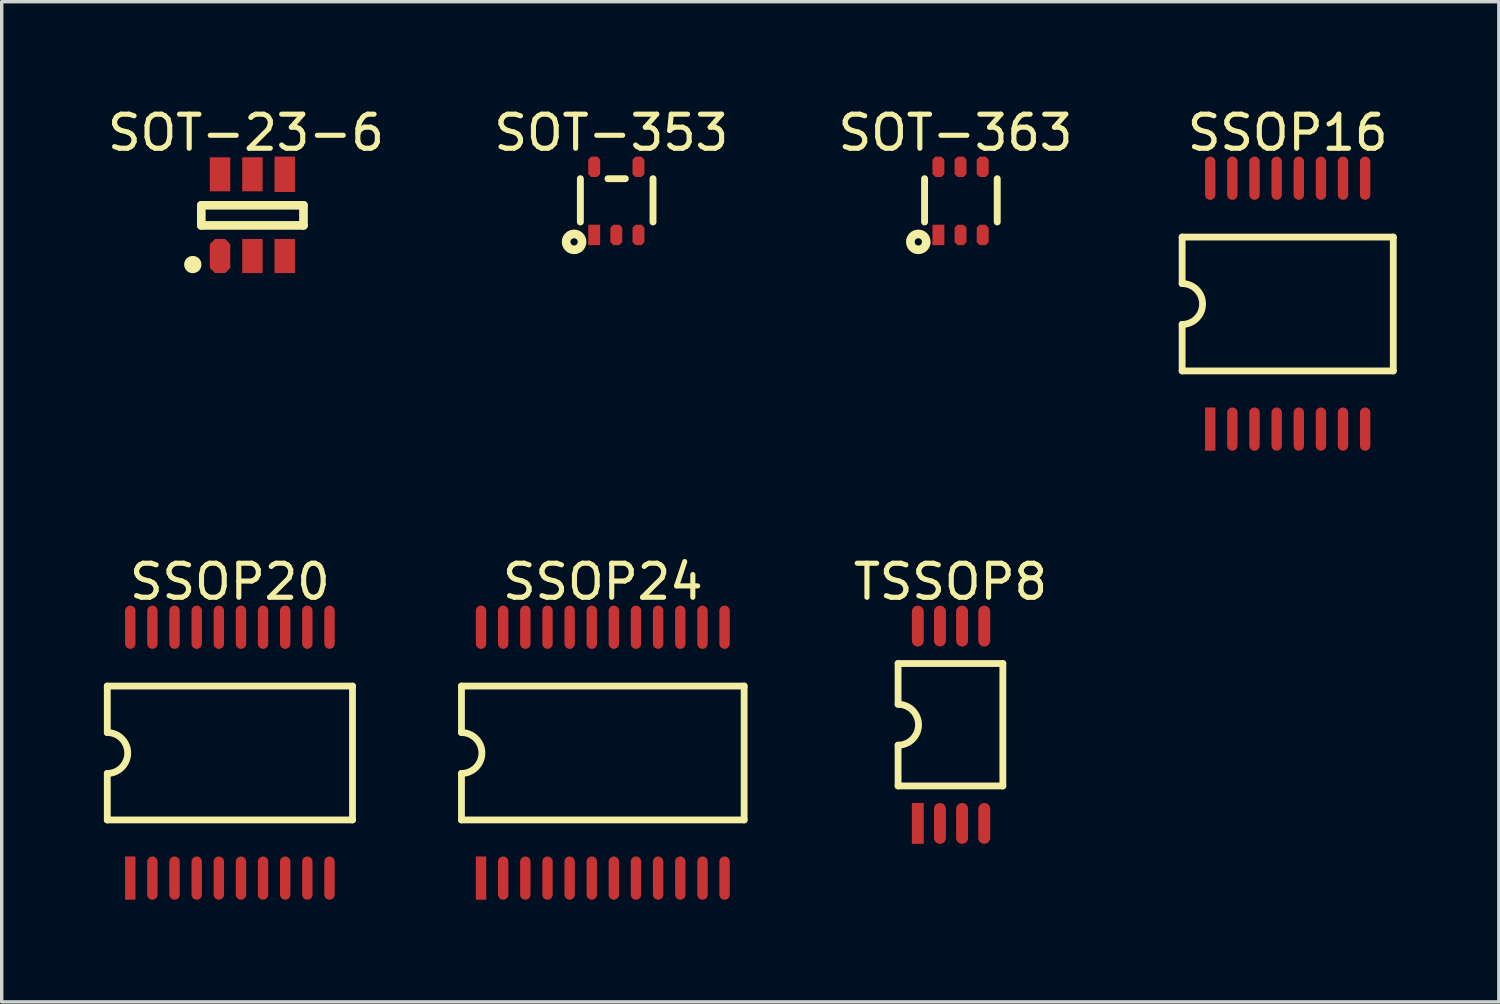
<source format=kicad_pcb>
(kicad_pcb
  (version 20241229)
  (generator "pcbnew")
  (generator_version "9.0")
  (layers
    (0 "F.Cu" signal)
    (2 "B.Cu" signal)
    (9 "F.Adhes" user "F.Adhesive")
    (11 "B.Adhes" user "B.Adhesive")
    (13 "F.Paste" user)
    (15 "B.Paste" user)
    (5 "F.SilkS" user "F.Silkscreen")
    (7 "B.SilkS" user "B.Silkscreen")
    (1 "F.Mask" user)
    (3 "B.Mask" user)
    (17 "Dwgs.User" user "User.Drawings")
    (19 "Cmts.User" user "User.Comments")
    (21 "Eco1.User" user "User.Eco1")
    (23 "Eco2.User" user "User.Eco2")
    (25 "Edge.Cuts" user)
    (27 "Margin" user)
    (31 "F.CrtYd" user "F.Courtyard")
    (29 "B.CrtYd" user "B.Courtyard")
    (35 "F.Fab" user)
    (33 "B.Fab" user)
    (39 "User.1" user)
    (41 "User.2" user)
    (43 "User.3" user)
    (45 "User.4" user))
  (footprint "SSOP20"
    (layer "F.Cu")
    (at 0.775 22.733)
    (property "Reference" "SSOP20" (at 2.925 -8.701 0) (layer "F.SilkS") (effects (font (size 1 1) (thickness 0.15))))
    (fp_line (start -0.675 -5.638) (end 6.525 -5.638) (stroke (width 0.2) (type solid)) (layer "F.SilkS"))
    (fp_line (start -0.675 -4.273) (end -0.675 -5.638) (stroke (width 0.2) (type solid)) (layer "F.SilkS"))
    (fp_line (start -0.675 -1.708) (end -0.675 -3.073) (stroke (width 0.2) (type solid)) (layer "F.SilkS"))
    (fp_line (start -0.675 -1.708) (end 6.525 -1.708) (stroke (width 0.2) (type solid)) (layer "F.SilkS"))
    (fp_line (start 6.525 -1.708) (end 6.525 -5.638) (stroke (width 0.2) (type solid)) (layer "F.SilkS"))
    (fp_arc (start -0.67499 -4.27301) (mid -0.07499 -3.67301) (end -0.67499 -3.07301) (stroke (width 0.2) (type solid)) (layer "F.SilkS"))
    (pad "1" smd rect (at 0 0 90) (size 1.27 0.305) (layers "F.Cu" "F.Mask" "F.Paste"))
    (pad "2" smd oval (at 0.65 0 90) (size 1.27 0.305) (layers "F.Cu" "F.Mask" "F.Paste"))
    (pad "3" smd oval (at 1.3 0 90) (size 1.27 0.305) (layers "F.Cu" "F.Mask" "F.Paste"))
    (pad "4" smd oval (at 1.951 0 90) (size 1.27 0.305) (layers "F.Cu" "F.Mask" "F.Paste"))
    (pad "5" smd oval (at 2.601 0 90) (size 1.27 0.305) (layers "F.Cu" "F.Mask" "F.Paste"))
    (pad "6" smd oval (at 3.251 0 90) (size 1.27 0.305) (layers "F.Cu" "F.Mask" "F.Paste"))
    (pad "7" smd oval (at 3.899 0 90) (size 1.27 0.305) (layers "F.Cu" "F.Mask" "F.Paste"))
    (pad "8" smd oval (at 4.549 0 90) (size 1.27 0.305) (layers "F.Cu" "F.Mask" "F.Paste"))
    (pad "9" smd oval (at 5.199 0 90) (size 1.27 0.305) (layers "F.Cu" "F.Mask" "F.Paste"))
    (pad "10" smd oval (at 5.85 0 90) (size 1.27 0.305) (layers "F.Cu" "F.Mask" "F.Paste"))
    (pad "11" smd oval (at 5.85 -7.366 90) (size 1.27 0.305) (layers "F.Cu" "F.Mask" "F.Paste"))
    (pad "12" smd oval (at 5.199 -7.366 90) (size 1.27 0.305) (layers "F.Cu" "F.Mask" "F.Paste"))
    (pad "13" smd oval (at 4.549 -7.366 90) (size 1.27 0.305) (layers "F.Cu" "F.Mask" "F.Paste"))
    (pad "14" smd oval (at 3.899 -7.366 90) (size 1.27 0.305) (layers "F.Cu" "F.Mask" "F.Paste"))
    (pad "15" smd oval (at 3.251 -7.366 90) (size 1.27 0.305) (layers "F.Cu" "F.Mask" "F.Paste"))
    (pad "16" smd oval (at 2.601 -7.366 90) (size 1.27 0.305) (layers "F.Cu" "F.Mask" "F.Paste"))
    (pad "17" smd oval (at 1.951 -7.366 90) (size 1.27 0.305) (layers "F.Cu" "F.Mask" "F.Paste"))
    (pad "18" smd oval (at 1.3 -7.366 90) (size 1.27 0.305) (layers "F.Cu" "F.Mask" "F.Paste"))
    (pad "19" smd oval (at 0.65 -7.366 90) (size 1.27 0.305) (layers "F.Cu" "F.Mask" "F.Paste"))
    (pad "20" smd oval (at 0 -7.366 90) (size 1.27 0.305) (layers "F.Cu" "F.Mask" "F.Paste")))
  (footprint "SOT-363"
    (layer "F.Cu")
    (at 24.504 3.848)
    (property "Reference" "SOT-363" (at 0.502 -3 0) (layer "F.SilkS") (effects (font (size 1 1) (thickness 0.15))))
    (fp_line (start -0.406 -0.381) (end -0.406 -1.651) (stroke (width 0.203) (type solid)) (layer "F.SilkS"))
    (fp_line (start 1.727 -0.381) (end 1.727 -1.651) (stroke (width 0.203) (type solid)) (layer "F.SilkS"))
    (fp_circle (center -0.59 0.204) (end -0.59 0.097) (stroke (width 0.254) (type solid)) (fill no) (layer "F.SilkS"))
    (pad "1" smd rect (at 0 0) (size 0.35 0.6) (layers "F.Cu" "F.Mask" "F.Paste"))
    (pad "2" smd roundrect (at 0.65 0) (size 0.35 0.6) (layers "F.Cu" "F.Mask" "F.Paste") (roundrect_rratio 0.25) (chamfer_ratio 0.25) (chamfer top_left top_right bottom_left bottom_right))
    (pad "3" smd roundrect (at 1.3 0) (size 0.35 0.6) (layers "F.Cu" "F.Mask" "F.Paste") (roundrect_rratio 0.25) (chamfer_ratio 0.25) (chamfer top_left top_right bottom_left bottom_right))
    (pad "4" smd roundrect (at 1.3 -2) (size 0.35 0.6) (layers "F.Cu" "F.Mask" "F.Paste") (roundrect_rratio 0.25) (chamfer_ratio 0.25) (chamfer top_left top_right bottom_left bottom_right))
    (pad "5" smd roundrect (at 0.65 -2) (size 0.35 0.6) (layers "F.Cu" "F.Mask" "F.Paste") (roundrect_rratio 0.25) (chamfer_ratio 0.25) (chamfer top_left top_right bottom_left bottom_right))
    (pad "6" smd roundrect (at 0 -2) (size 0.35 0.6) (layers "F.Cu" "F.Mask" "F.Paste") (roundrect_rratio 0.25) (chamfer_ratio 0.25) (chamfer top_left top_right bottom_left bottom_right)))
  (footprint "SSOP24"
    (layer "F.Cu")
    (at 11.075 22.733)
    (property "Reference" "SSOP24" (at 3.575 -8.701 0) (layer "F.SilkS") (effects (font (size 1 1) (thickness 0.15))))
    (fp_line (start -0.575 -5.638) (end 7.725 -5.638) (stroke (width 0.2) (type solid)) (layer "F.SilkS"))
    (fp_line (start -0.575 -4.273) (end -0.575 -5.638) (stroke (width 0.2) (type solid)) (layer "F.SilkS"))
    (fp_line (start -0.575 -1.708) (end -0.575 -3.073) (stroke (width 0.2) (type solid)) (layer "F.SilkS"))
    (fp_line (start -0.575 -1.708) (end 7.725 -1.708) (stroke (width 0.2) (type solid)) (layer "F.SilkS"))
    (fp_line (start 7.725 -1.708) (end 7.725 -5.638) (stroke (width 0.2) (type solid)) (layer "F.SilkS"))
    (fp_arc (start -0.57499 -4.27301) (mid 0.02501 -3.67301) (end -0.57499 -3.07301) (stroke (width 0.2) (type solid)) (layer "F.SilkS"))
    (pad "1" smd rect (at 0 0 90) (size 1.27 0.305) (layers "F.Cu" "F.Mask" "F.Paste"))
    (pad "2" smd oval (at 0.65 0 90) (size 1.27 0.305) (layers "F.Cu" "F.Mask" "F.Paste"))
    (pad "3" smd oval (at 1.3 0 90) (size 1.27 0.305) (layers "F.Cu" "F.Mask" "F.Paste"))
    (pad "4" smd oval (at 1.951 0 90) (size 1.27 0.305) (layers "F.Cu" "F.Mask" "F.Paste"))
    (pad "5" smd oval (at 2.601 0 90) (size 1.27 0.305) (layers "F.Cu" "F.Mask" "F.Paste"))
    (pad "6" smd oval (at 3.251 0 90) (size 1.27 0.305) (layers "F.Cu" "F.Mask" "F.Paste"))
    (pad "7" smd oval (at 3.899 0 90) (size 1.27 0.305) (layers "F.Cu" "F.Mask" "F.Paste"))
    (pad "8" smd oval (at 4.549 0 90) (size 1.27 0.305) (layers "F.Cu" "F.Mask" "F.Paste"))
    (pad "9" smd oval (at 5.199 0 90) (size 1.27 0.305) (layers "F.Cu" "F.Mask" "F.Paste"))
    (pad "10" smd oval (at 5.85 0 90) (size 1.27 0.305) (layers "F.Cu" "F.Mask" "F.Paste"))
    (pad "11" smd oval (at 6.502 0 90) (size 1.27 0.305) (layers "F.Cu" "F.Mask" "F.Paste"))
    (pad "12" smd oval (at 7.15 0 90) (size 1.27 0.305) (layers "F.Cu" "F.Mask" "F.Paste"))
    (pad "13" smd oval (at 7.15 -7.366 90) (size 1.27 0.305) (layers "F.Cu" "F.Mask" "F.Paste"))
    (pad "14" smd oval (at 6.502 -7.366 90) (size 1.27 0.305) (layers "F.Cu" "F.Mask" "F.Paste"))
    (pad "15" smd oval (at 5.85 -7.366 90) (size 1.27 0.305) (layers "F.Cu" "F.Mask" "F.Paste"))
    (pad "16" smd oval (at 5.199 -7.366 90) (size 1.27 0.305) (layers "F.Cu" "F.Mask" "F.Paste"))
    (pad "17" smd oval (at 4.549 -7.366 90) (size 1.27 0.305) (layers "F.Cu" "F.Mask" "F.Paste"))
    (pad "18" smd oval (at 3.899 -7.366 90) (size 1.27 0.305) (layers "F.Cu" "F.Mask" "F.Paste"))
    (pad "19" smd oval (at 3.251 -7.366 90) (size 1.27 0.305) (layers "F.Cu" "F.Mask" "F.Paste"))
    (pad "20" smd oval (at 2.601 -7.366 90) (size 1.27 0.305) (layers "F.Cu" "F.Mask" "F.Paste"))
    (pad "21" smd oval (at 1.951 -7.366 90) (size 1.27 0.305) (layers "F.Cu" "F.Mask" "F.Paste"))
    (pad "22" smd oval (at 1.3 -7.366 90) (size 1.27 0.305) (layers "F.Cu" "F.Mask" "F.Paste"))
    (pad "23" smd oval (at 0.65 -7.366 90) (size 1.27 0.305) (layers "F.Cu" "F.Mask" "F.Paste"))
    (pad "24" smd oval (at 0 -7.366 90) (size 1.27 0.305) (layers "F.Cu" "F.Mask" "F.Paste")))
  (footprint "SSOP16"
    (layer "F.Cu")
    (at 32.485 9.549)
    (property "Reference" "SSOP16" (at 2.275 -8.701 0) (layer "F.SilkS") (effects (font (size 1 1) (thickness 0.15))))
    (fp_line (start -0.825 -5.638) (end 5.375 -5.638) (stroke (width 0.2) (type solid)) (layer "F.SilkS"))
    (fp_line (start -0.825 -4.273) (end -0.825 -5.638) (stroke (width 0.2) (type solid)) (layer "F.SilkS"))
    (fp_line (start -0.825 -1.708) (end -0.825 -3.073) (stroke (width 0.2) (type solid)) (layer "F.SilkS"))
    (fp_line (start -0.825 -1.708) (end 5.375 -1.708) (stroke (width 0.2) (type solid)) (layer "F.SilkS"))
    (fp_line (start 5.375 -1.708) (end 5.375 -5.638) (stroke (width 0.2) (type solid)) (layer "F.SilkS"))
    (fp_arc (start -0.82499 -4.27301) (mid -0.22499 -3.67301) (end -0.82499 -3.07301) (stroke (width 0.2) (type solid)) (layer "F.SilkS"))
    (pad "1" smd rect (at 0 0 90) (size 1.27 0.305) (layers "F.Cu" "F.Mask" "F.Paste"))
    (pad "2" smd oval (at 0.65 0 90) (size 1.27 0.305) (layers "F.Cu" "F.Mask" "F.Paste"))
    (pad "3" smd oval (at 1.3 0 90) (size 1.27 0.305) (layers "F.Cu" "F.Mask" "F.Paste"))
    (pad "4" smd oval (at 1.951 0 90) (size 1.27 0.305) (layers "F.Cu" "F.Mask" "F.Paste"))
    (pad "5" smd oval (at 2.601 0 90) (size 1.27 0.305) (layers "F.Cu" "F.Mask" "F.Paste"))
    (pad "6" smd oval (at 3.251 0 90) (size 1.27 0.305) (layers "F.Cu" "F.Mask" "F.Paste"))
    (pad "7" smd oval (at 3.899 0 90) (size 1.27 0.305) (layers "F.Cu" "F.Mask" "F.Paste"))
    (pad "8" smd oval (at 4.549 0 90) (size 1.27 0.305) (layers "F.Cu" "F.Mask" "F.Paste"))
    (pad "9" smd oval (at 4.549 -7.366 90) (size 1.27 0.305) (layers "F.Cu" "F.Mask" "F.Paste"))
    (pad "10" smd oval (at 3.899 -7.366 90) (size 1.27 0.305) (layers "F.Cu" "F.Mask" "F.Paste"))
    (pad "11" smd oval (at 3.251 -7.366 90) (size 1.27 0.305) (layers "F.Cu" "F.Mask" "F.Paste"))
    (pad "12" smd oval (at 2.601 -7.366 90) (size 1.27 0.305) (layers "F.Cu" "F.Mask" "F.Paste"))
    (pad "13" smd oval (at 1.951 -7.366 90) (size 1.27 0.305) (layers "F.Cu" "F.Mask" "F.Paste"))
    (pad "14" smd oval (at 1.3 -7.366 90) (size 1.27 0.305) (layers "F.Cu" "F.Mask" "F.Paste"))
    (pad "15" smd oval (at 0.65 -7.366 90) (size 1.27 0.305) (layers "F.Cu" "F.Mask" "F.Paste"))
    (pad "16" smd oval (at 0 -7.366 90) (size 1.27 0.305) (layers "F.Cu" "F.Mask" "F.Paste")))
  (footprint "TSSOP8"
    (layer "F.Cu")
    (at 23.899 21.127)
    (property "Reference" "TSSOP8" (at 0.959 -7.094 0) (layer "F.SilkS") (effects (font (size 1 1) (thickness 0.15))))
    (fp_line (start -0.579 -4.694) (end 2.497 -4.694) (stroke (width 0.2) (type solid)) (layer "F.SilkS"))
    (fp_line (start -0.579 -3.497) (end -0.579 -4.694) (stroke (width 0.2) (type solid)) (layer "F.SilkS"))
    (fp_line (start -0.579 -1.1) (end -0.579 -2.297) (stroke (width 0.2) (type solid)) (layer "F.SilkS"))
    (fp_line (start -0.579 -1.1) (end 2.497 -1.1) (stroke (width 0.2) (type solid)) (layer "F.SilkS"))
    (fp_line (start 2.497 -1.1) (end 2.497 -4.694) (stroke (width 0.2) (type solid)) (layer "F.SilkS"))
    (fp_arc (start -0.57899 -3.4972) (mid 0.02101 -2.8972) (end -0.57899 -2.2972) (stroke (width 0.2) (type solid)) (layer "F.SilkS"))
    (pad "1" smd rect (at 0 0 90) (size 1.2 0.35) (layers "F.Cu" "F.Mask" "F.Paste"))
    (pad "2" smd oval (at 0.65 0 90) (size 1.2 0.35) (layers "F.Cu" "F.Mask" "F.Paste"))
    (pad "3" smd oval (at 1.3 0 90) (size 1.2 0.35) (layers "F.Cu" "F.Mask" "F.Paste"))
    (pad "4" smd oval (at 1.951 0 90) (size 1.2 0.35) (layers "F.Cu" "F.Mask" "F.Paste"))
    (pad "5" smd oval (at 1.951 -5.794 90) (size 1.2 0.35) (layers "F.Cu" "F.Mask" "F.Paste"))
    (pad "6" smd oval (at 1.3 -5.794 90) (size 1.2 0.35) (layers "F.Cu" "F.Mask" "F.Paste"))
    (pad "7" smd oval (at 0.65 -5.794 90) (size 1.2 0.35) (layers "F.Cu" "F.Mask" "F.Paste"))
    (pad "8" smd oval (at 0 -5.794 90) (size 1.2 0.35) (layers "F.Cu" "F.Mask" "F.Paste")))
  (footprint "SOT-353"
    (layer "F.Cu")
    (at 14.397 3.848)
    (property "Reference" "SOT-353" (at 0.502 -3 0) (layer "F.SilkS") (effects (font (size 1 1) (thickness 0.15))))
    (fp_line (start -0.406 -0.381) (end -0.406 -1.651) (stroke (width 0.203) (type solid)) (layer "F.SilkS"))
    (fp_line (start 0.406 -1.651) (end 0.914 -1.651) (stroke (width 0.203) (type solid)) (layer "F.SilkS"))
    (fp_line (start 1.727 -0.381) (end 1.727 -1.651) (stroke (width 0.203) (type solid)) (layer "F.SilkS"))
    (fp_circle (center -0.59 0.204) (end -0.59 0.097) (stroke (width 0.254) (type solid)) (fill no) (layer "F.SilkS"))
    (pad "1" smd rect (at 0 0) (size 0.35 0.6) (layers "F.Cu" "F.Mask" "F.Paste"))
    (pad "2" smd roundrect (at 0.65 0) (size 0.35 0.6) (layers "F.Cu" "F.Mask" "F.Paste") (roundrect_rratio 0.25) (chamfer_ratio 0.25) (chamfer top_left top_right bottom_left bottom_right))
    (pad "3" smd roundrect (at 1.3 0) (size 0.35 0.6) (layers "F.Cu" "F.Mask" "F.Paste") (roundrect_rratio 0.25) (chamfer_ratio 0.25) (chamfer top_left top_right bottom_left bottom_right))
    (pad "4" smd roundrect (at 1.3 -2) (size 0.35 0.6) (layers "F.Cu" "F.Mask" "F.Paste") (roundrect_rratio 0.25) (chamfer_ratio 0.25) (chamfer top_left top_right bottom_left bottom_right))
    (pad "5" smd roundrect (at 0 -2) (size 0.35 0.6) (layers "F.Cu" "F.Mask" "F.Paste") (roundrect_rratio 0.25) (chamfer_ratio 0.25) (chamfer top_left top_right bottom_left bottom_right)))
  (footprint "SOT-23-6"
    (layer "F.Cu")
    (at 3.411 4.468)
    (property "Reference" "SOT-23-6" (at 0.761 -3.62 0) (layer "F.SilkS") (effects (font (size 1 1) (thickness 0.15))))
    (fp_line (start -0.55 -1.49) (end 2.45 -1.49) (stroke (width 0.254) (type solid)) (layer "F.SilkS"))
    (fp_line (start -0.55 -0.9) (end -0.55 -1.49) (stroke (width 0.254) (type solid)) (layer "F.SilkS"))
    (fp_line (start -0.55 -0.9) (end 2.45 -0.9) (stroke (width 0.254) (type solid)) (layer "F.SilkS"))
    (fp_line (start 2.45 -0.9) (end 2.45 -1.49) (stroke (width 0.254) (type solid)) (layer "F.SilkS"))
    (fp_circle (center -0.8 0.25) (end -0.8 0.123) (stroke (width 0.254) (type solid)) (fill no) (layer "F.SilkS"))
    (pad "1" smd roundrect (at 0 0) (size 0.6 1) (layers "F.Cu" "F.Mask" "F.Paste") (roundrect_rratio 0.25) (chamfer_ratio 0.25) (chamfer top_left top_right bottom_left bottom_right))
    (pad "2" smd rect (at 0.95 0) (size 0.6 1) (layers "F.Cu" "F.Mask" "F.Paste"))
    (pad "3" smd rect (at 1.9 0) (size 0.6 1) (layers "F.Cu" "F.Mask" "F.Paste"))
    (pad "4" smd rect (at 1.9 -2.4) (size 0.6 1.04) (layers "F.Cu" "F.Mask" "F.Paste"))
    (pad "5" smd rect (at 0.95 -2.4) (size 0.6 1) (layers "F.Cu" "F.Mask" "F.Paste"))
    (pad "6" smd rect (at 0 -2.4) (size 0.6 1) (layers "F.Cu" "F.Mask" "F.Paste")))
  (gr_rect
    (start -3 -3)
    (end 40.96 26.369)
    (stroke (width 0.1) (type default))
    (fill no)
    (layer "Edge.Cuts")))
</source>
